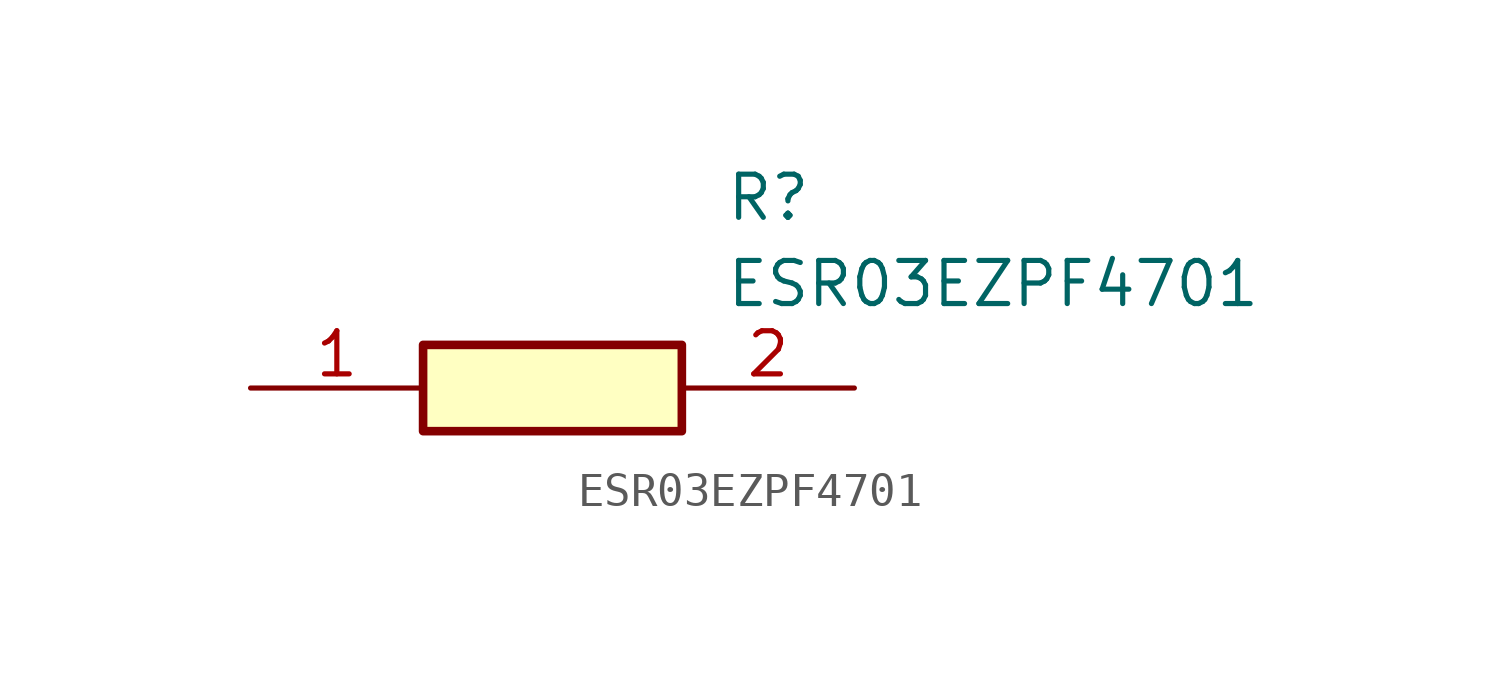
<source format=kicad_sym>
(kicad_symbol_lib
  (version 20211014)
  (generator SamacSys_ECAD_Model)
  (symbol "ESR03EZPF4701"
    (pin_names hide)
    (property "Reference" "R"
      (at 13.97 6.35 0)
      (effects (font (size 1.27 1.27)) (justify left top)))
    (property "Value" "ESR03EZPF4701"
      (at 13.97 3.81 0)
      (effects (font (size 1.27 1.27)) (justify left top)))
    (rectangle
      (start 5.08 1.27)
      (end 12.7 -1.27)
      (stroke (width 0.254) (type default))
      (fill (type background)))
    (pin passive line
      (at 0 0 0)
      (length 5.08)
      (name "1" (effects (font (size 1.27 1.27))))
      (number "1" (effects (font (size 1.27 1.27)))))
    (pin passive line
      (at 17.78 0 180)
      (length 5.08)
      (name "2" (effects (font (size 1.27 1.27))))
      (number "2" (effects (font (size 1.27 1.27)))))))
</source>
